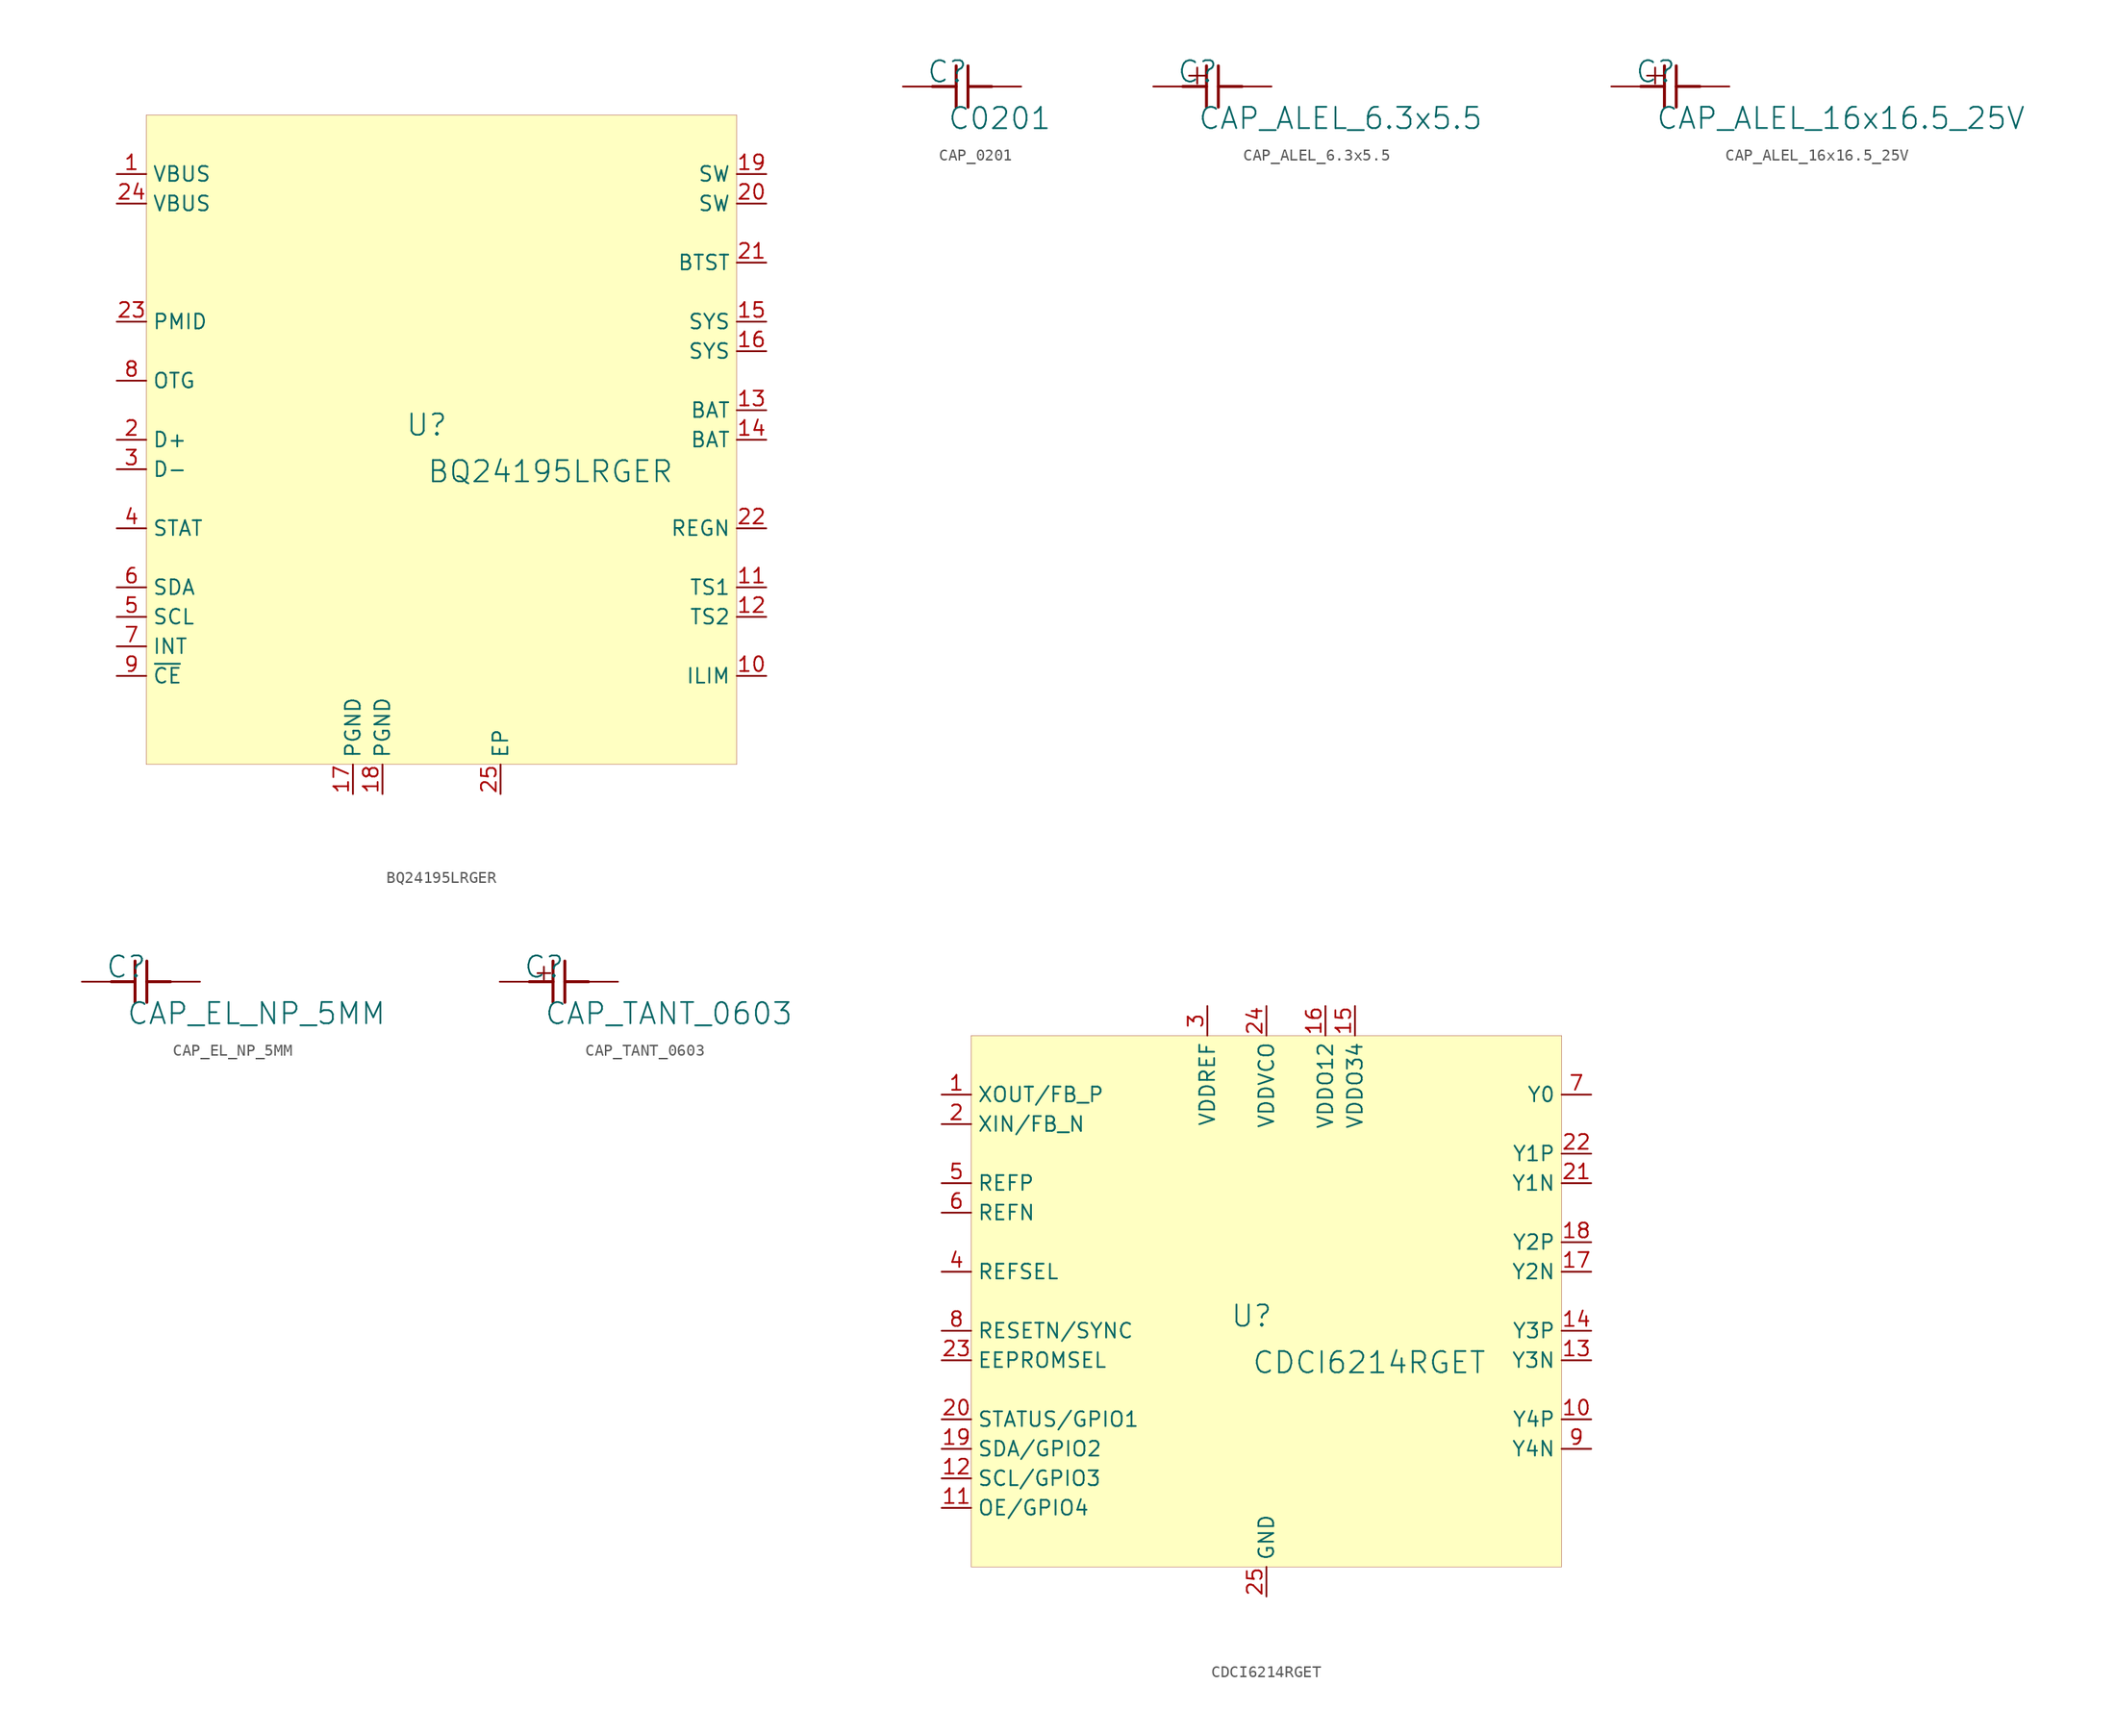
<source format=kicad_sym>
(kicad_symbol_lib
  (version 20231120)
  (generator "kicad_symbol_editor")
  (generator_version "8.0")
  (symbol "BQ24195LRGER"
    (property "Reference" "U"
      (at -1.27 1.27 0)
      (effects (font (size 1.829 1.829))))
    (property "Value" "BQ24195LRGER"
      (at -1.27 -3.81 0)
      (effects (font (size 1.829 1.829)) (justify left bottom)))
    (symbol "BQ24195LRGER_1_0"
      (rectangle (start 25.4 27.94) (end -25.4 -27.94) (stroke (width 0.025) (type solid) (color 128 0 0 1)) (fill (type background)))
      (pin power_in line (at -27.94 22.86 0) (length 2.54) (name "VBUS" (effects (font (size 1.27 1.27)))) (number "1" (effects (font (size 1.27 1.27)))))
      (pin passive line (at 27.94 -20.32 180) (length 2.54) (name "ILIM" (effects (font (size 1.27 1.27)))) (number "10" (effects (font (size 1.27 1.27)))))
      (pin input line (at 27.94 -12.7 180) (length 2.54) (name "TS1" (effects (font (size 1.27 1.27)))) (number "11" (effects (font (size 1.27 1.27)))))
      (pin input line (at 27.94 -15.24 180) (length 2.54) (name "TS2" (effects (font (size 1.27 1.27)))) (number "12" (effects (font (size 1.27 1.27)))))
      (pin power_in line (at 27.94 2.54 180) (length 2.54) (name "BAT" (effects (font (size 1.27 1.27)))) (number "13" (effects (font (size 1.27 1.27)))))
      (pin power_in line (at 27.94 0 180) (length 2.54) (name "BAT" (effects (font (size 1.27 1.27)))) (number "14" (effects (font (size 1.27 1.27)))))
      (pin power_in line (at 27.94 10.16 180) (length 2.54) (name "SYS" (effects (font (size 1.27 1.27)))) (number "15" (effects (font (size 1.27 1.27)))))
      (pin power_in line (at 27.94 7.62 180) (length 2.54) (name "SYS" (effects (font (size 1.27 1.27)))) (number "16" (effects (font (size 1.27 1.27)))))
      (pin power_in line (at -7.62 -30.48 90) (length 2.54) (name "PGND" (effects (font (size 1.27 1.27)))) (number "17" (effects (font (size 1.27 1.27)))))
      (pin power_in line (at -5.08 -30.48 90) (length 2.54) (name "PGND" (effects (font (size 1.27 1.27)))) (number "18" (effects (font (size 1.27 1.27)))))
      (pin open_emitter line (at 27.94 22.86 180) (length 2.54) (name "SW" (effects (font (size 1.27 1.27)))) (number "19" (effects (font (size 1.27 1.27)))))
      (pin input line (at -27.94 0 0) (length 2.54) (name "D+" (effects (font (size 1.27 1.27)))) (number "2" (effects (font (size 1.27 1.27)))))
      (pin power_in line (at 27.94 20.32 180) (length 2.54) (name "SW" (effects (font (size 1.27 1.27)))) (number "20" (effects (font (size 1.27 1.27)))))
      (pin power_in line (at 27.94 15.24 180) (length 2.54) (name "BTST" (effects (font (size 1.27 1.27)))) (number "21" (effects (font (size 1.27 1.27)))))
      (pin power_in line (at 27.94 -7.62 180) (length 2.54) (name "REGN" (effects (font (size 1.27 1.27)))) (number "22" (effects (font (size 1.27 1.27)))))
      (pin power_in line (at -27.94 10.16 0) (length 2.54) (name "PMID" (effects (font (size 1.27 1.27)))) (number "23" (effects (font (size 1.27 1.27)))))
      (pin power_in line (at -27.94 20.32 0) (length 2.54) (name "VBUS" (effects (font (size 1.27 1.27)))) (number "24" (effects (font (size 1.27 1.27)))))
      (pin power_in line (at 5.08 -30.48 90) (length 2.54) (name "EP" (effects (font (size 1.27 1.27)))) (number "25" (effects (font (size 1.27 1.27)))))
      (pin input line (at -27.94 -2.54 0) (length 2.54) (name "D-" (effects (font (size 1.27 1.27)))) (number "3" (effects (font (size 1.27 1.27)))))
      (pin output line (at -27.94 -7.62 0) (length 2.54) (name "STAT" (effects (font (size 1.27 1.27)))) (number "4" (effects (font (size 1.27 1.27)))))
      (pin input line (at -27.94 -15.24 0) (length 2.54) (name "SCL" (effects (font (size 1.27 1.27)))) (number "5" (effects (font (size 1.27 1.27)))))
      (pin bidirectional line (at -27.94 -12.7 0) (length 2.54) (name "SDA" (effects (font (size 1.27 1.27)))) (number "6" (effects (font (size 1.27 1.27)))))
      (pin open_collector line (at -27.94 -17.78 0) (length 2.54) (name "INT" (effects (font (size 1.27 1.27)))) (number "7" (effects (font (size 1.27 1.27)))))
      (pin input line (at -27.94 5.08 0) (length 2.54) (name "OTG" (effects (font (size 1.27 1.27)))) (number "8" (effects (font (size 1.27 1.27)))))
      (pin input line (at -27.94 -20.32 0) (length 2.54) (name "~{CE}" (effects (font (size 1.27 1.27)))) (number "9" (effects (font (size 1.27 1.27)))))))
  (symbol "CAP_0201"
    (property "Reference" "C"
      (at -1.27 1.27 0)
      (effects (font (size 1.829 1.829))))
    (property "Value" "C0201"
      (at -1.27 -3.81 0)
      (effects (font (size 1.829 1.829)) (justify left bottom)))
    (symbol "CAP_0201_1_0"
      (polyline (pts (xy -2.54 0) (xy -0.508 0)) (stroke (width 0.254) (type solid)) (fill (type none)))
      (polyline (pts (xy -0.508 1.778) (xy -0.508 -1.778)) (stroke (width 0.254) (type solid)) (fill (type none)))
      (polyline (pts (xy 0.508 -1.778) (xy 0.508 1.778)) (stroke (width 0.254) (type solid)) (fill (type none)))
      (polyline (pts (xy 0.508 0) (xy 2.54 0)) (stroke (width 0.254) (type solid)) (fill (type none)))
      (pin passive line (at -5.08 0 0) (length 2.54) (name "1" (effects (font (size 0 0)))) (number "1" (effects (font (size 0 0)))))
      (pin passive line (at 5.08 0 180) (length 2.54) (name "2" (effects (font (size 0 0)))) (number "2" (effects (font (size 0 0)))))))
  (symbol "CAP_ALEL_6.3x5.5"
    (property "Reference" "C"
      (at -1.27 1.27 0)
      (effects (font (size 1.829 1.829))))
    (property "Value" "CAP_ALEL_6.3x5.5"
      (at -1.27 -3.81 0)
      (effects (font (size 1.829 1.829)) (justify left bottom)))
    (symbol "CAP_ALEL_6.3x5.5_1_0"
      (polyline (pts (xy -2.54 0) (xy -0.508 0)) (stroke (width 0.254) (type solid)) (fill (type none)))
      (polyline (pts (xy -0.508 1.778) (xy -0.508 -1.778)) (stroke (width 0.254) (type solid)) (fill (type none)))
      (polyline (pts (xy 0.508 -1.778) (xy 0.508 1.778)) (stroke (width 0.254) (type solid)) (fill (type none)))
      (polyline (pts (xy 0.508 0) (xy 2.54 0)) (stroke (width 0.254) (type solid)) (fill (type none)))
      (text "+" (at -2.54 0 0) (effects (font (size 1.829 1.829)) (justify left bottom)))
      (pin passive line (at -5.08 0 0) (length 2.54) (name "1" (effects (font (size 0 0)))) (number "1" (effects (font (size 0 0)))))
      (pin passive line (at 5.08 0 180) (length 2.54) (name "2" (effects (font (size 0 0)))) (number "2" (effects (font (size 0 0)))))))
  (symbol "CAP_ALEL_16x16.5_25V"
    (property "Reference" "C"
      (at -1.27 1.27 0)
      (effects (font (size 1.829 1.829))))
    (property "Value" "CAP_ALEL_16x16.5_25V"
      (at -1.27 -3.81 0)
      (effects (font (size 1.829 1.829)) (justify left bottom)))
    (symbol "CAP_ALEL_16x16.5_25V_1_0"
      (polyline (pts (xy -2.54 0) (xy -0.508 0)) (stroke (width 0.254) (type solid)) (fill (type none)))
      (polyline (pts (xy -0.508 1.778) (xy -0.508 -1.778)) (stroke (width 0.254) (type solid)) (fill (type none)))
      (polyline (pts (xy 0.508 -1.778) (xy 0.508 1.778)) (stroke (width 0.254) (type solid)) (fill (type none)))
      (polyline (pts (xy 0.508 0) (xy 2.54 0)) (stroke (width 0.254) (type solid)) (fill (type none)))
      (text "+" (at -2.54 0 0) (effects (font (size 1.829 1.829)) (justify left bottom)))
      (pin passive line (at -5.08 0 0) (length 2.54) (name "1" (effects (font (size 0 0)))) (number "1" (effects (font (size 0 0)))))
      (pin passive line (at 5.08 0 180) (length 2.54) (name "2" (effects (font (size 0 0)))) (number "2" (effects (font (size 0 0)))))))
  (symbol "CAP_EL_NP_5MM"
    (property "Reference" "C"
      (at -1.27 1.27 0)
      (effects (font (size 1.829 1.829))))
    (property "Value" "CAP_EL_NP_5MM"
      (at -1.27 -3.81 0)
      (effects (font (size 1.829 1.829)) (justify left bottom)))
    (symbol "CAP_EL_NP_5MM_1_0"
      (polyline (pts (xy -2.54 0) (xy -0.508 0)) (stroke (width 0.254) (type solid)) (fill (type none)))
      (polyline (pts (xy -0.508 1.778) (xy -0.508 -1.778)) (stroke (width 0.254) (type solid)) (fill (type none)))
      (polyline (pts (xy 0.508 -1.778) (xy 0.508 1.778)) (stroke (width 0.254) (type solid)) (fill (type none)))
      (polyline (pts (xy 0.508 0) (xy 2.54 0)) (stroke (width 0.254) (type solid)) (fill (type none)))
      (pin passive line (at -5.08 0 0) (length 2.54) (name "1" (effects (font (size 0 0)))) (number "1" (effects (font (size 0 0)))))
      (pin passive line (at 5.08 0 180) (length 2.54) (name "2" (effects (font (size 0 0)))) (number "2" (effects (font (size 0 0)))))))
  (symbol "CAP_TANT_0603"
    (property "Reference" "C"
      (at -1.27 1.27 0)
      (effects (font (size 1.829 1.829))))
    (property "Value" "CAP_TANT_0603"
      (at -1.27 -3.81 0)
      (effects (font (size 1.829 1.829)) (justify left bottom)))
    (symbol "CAP_TANT_0603_1_0"
      (polyline (pts (xy -2.54 0) (xy -0.508 0)) (stroke (width 0.254) (type solid)) (fill (type none)))
      (polyline (pts (xy -0.508 1.778) (xy -0.508 -1.778)) (stroke (width 0.254) (type solid)) (fill (type none)))
      (polyline (pts (xy 0.508 -1.778) (xy 0.508 1.778)) (stroke (width 0.254) (type solid)) (fill (type none)))
      (polyline (pts (xy 0.508 0) (xy 2.54 0)) (stroke (width 0.254) (type solid)) (fill (type none)))
      (text "+" (at -2.286 0 0) (effects (font (size 1.448 1.448)) (justify left bottom)))
      (pin passive line (at -5.08 0 0) (length 2.54) (name "A" (effects (font (size 0 0)))) (number "A" (effects (font (size 0 0)))))
      (pin passive line (at 5.08 0 180) (length 2.54) (name "K" (effects (font (size 0 0)))) (number "K" (effects (font (size 0 0)))))))
  (symbol "CDCI6214RGET"
    (property "Reference" "U"
      (at -1.27 1.27 0)
      (effects (font (size 1.829 1.829))))
    (property "Value" "CDCI6214RGET"
      (at -1.27 -3.81 0)
      (effects (font (size 1.829 1.829)) (justify left bottom)))
    (symbol "CDCI6214RGET_1_0"
      (rectangle (start 25.4 25.4) (end -25.4 -20.32) (stroke (width 0.025) (type solid) (color 128 0 0 1)) (fill (type background)))
      (pin bidirectional line (at -27.94 20.32 0) (length 2.54) (name "XOUT/FB_P" (effects (font (size 1.27 1.27)))) (number "1" (effects (font (size 1.27 1.27)))))
      (pin output line (at 27.94 -7.62 180) (length 2.54) (name "Y4P" (effects (font (size 1.27 1.27)))) (number "10" (effects (font (size 1.27 1.27)))))
      (pin bidirectional line (at -27.94 -15.24 0) (length 2.54) (name "OE/GPIO4" (effects (font (size 1.27 1.27)))) (number "11" (effects (font (size 1.27 1.27)))))
      (pin bidirectional line (at -27.94 -12.7 0) (length 2.54) (name "SCL/GPIO3" (effects (font (size 1.27 1.27)))) (number "12" (effects (font (size 1.27 1.27)))))
      (pin output line (at 27.94 -2.54 180) (length 2.54) (name "Y3N" (effects (font (size 1.27 1.27)))) (number "13" (effects (font (size 1.27 1.27)))))
      (pin output line (at 27.94 0 180) (length 2.54) (name "Y3P" (effects (font (size 1.27 1.27)))) (number "14" (effects (font (size 1.27 1.27)))))
      (pin power_in line (at 7.62 27.94 270) (length 2.54) (name "VDDO34" (effects (font (size 1.27 1.27)))) (number "15" (effects (font (size 1.27 1.27)))))
      (pin power_in line (at 5.08 27.94 270) (length 2.54) (name "VDDO12" (effects (font (size 1.27 1.27)))) (number "16" (effects (font (size 1.27 1.27)))))
      (pin output line (at 27.94 5.08 180) (length 2.54) (name "Y2N" (effects (font (size 1.27 1.27)))) (number "17" (effects (font (size 1.27 1.27)))))
      (pin output line (at 27.94 7.62 180) (length 2.54) (name "Y2P" (effects (font (size 1.27 1.27)))) (number "18" (effects (font (size 1.27 1.27)))))
      (pin bidirectional line (at -27.94 -10.16 0) (length 2.54) (name "SDA/GPIO2" (effects (font (size 1.27 1.27)))) (number "19" (effects (font (size 1.27 1.27)))))
      (pin input line (at -27.94 17.78 0) (length 2.54) (name "XIN/FB_N" (effects (font (size 1.27 1.27)))) (number "2" (effects (font (size 1.27 1.27)))))
      (pin bidirectional line (at -27.94 -7.62 0) (length 2.54) (name "STATUS/GPIO1" (effects (font (size 1.27 1.27)))) (number "20" (effects (font (size 1.27 1.27)))))
      (pin output line (at 27.94 12.7 180) (length 2.54) (name "Y1N" (effects (font (size 1.27 1.27)))) (number "21" (effects (font (size 1.27 1.27)))))
      (pin output line (at 27.94 15.24 180) (length 2.54) (name "Y1P" (effects (font (size 1.27 1.27)))) (number "22" (effects (font (size 1.27 1.27)))))
      (pin input line (at -27.94 -2.54 0) (length 2.54) (name "EEPROMSEL" (effects (font (size 1.27 1.27)))) (number "23" (effects (font (size 1.27 1.27)))))
      (pin power_in line (at 0 27.94 270) (length 2.54) (name "VDDVCO" (effects (font (size 1.27 1.27)))) (number "24" (effects (font (size 1.27 1.27)))))
      (pin power_in line (at 0 -22.86 90) (length 2.54) (name "GND" (effects (font (size 1.27 1.27)))) (number "25" (effects (font (size 1.27 1.27)))))
      (pin power_in line (at -5.08 27.94 270) (length 2.54) (name "VDDREF" (effects (font (size 1.27 1.27)))) (number "3" (effects (font (size 1.27 1.27)))))
      (pin input line (at -27.94 5.08 0) (length 2.54) (name "REFSEL" (effects (font (size 1.27 1.27)))) (number "4" (effects (font (size 1.27 1.27)))))
      (pin input line (at -27.94 12.7 0) (length 2.54) (name "REFP" (effects (font (size 1.27 1.27)))) (number "5" (effects (font (size 1.27 1.27)))))
      (pin input line (at -27.94 10.16 0) (length 2.54) (name "REFN" (effects (font (size 1.27 1.27)))) (number "6" (effects (font (size 1.27 1.27)))))
      (pin output line (at 27.94 20.32 180) (length 2.54) (name "Y0" (effects (font (size 1.27 1.27)))) (number "7" (effects (font (size 1.27 1.27)))))
      (pin input line (at -27.94 0 0) (length 2.54) (name "RESETN/SYNC" (effects (font (size 1.27 1.27)))) (number "8" (effects (font (size 1.27 1.27)))))
      (pin output line (at 27.94 -10.16 180) (length 2.54) (name "Y4N" (effects (font (size 1.27 1.27)))) (number "9" (effects (font (size 1.27 1.27))))))))
</source>
